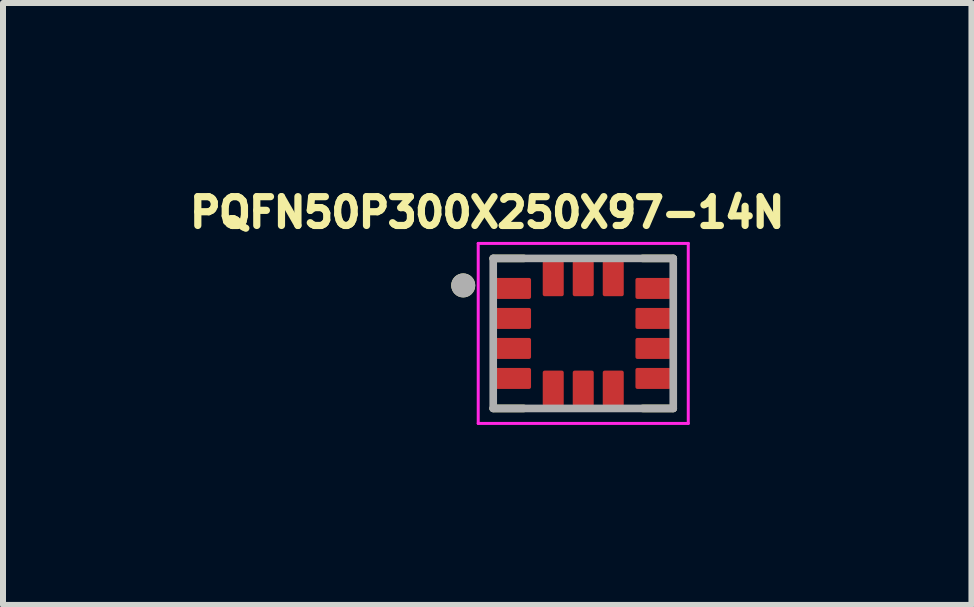
<source format=kicad_pcb>
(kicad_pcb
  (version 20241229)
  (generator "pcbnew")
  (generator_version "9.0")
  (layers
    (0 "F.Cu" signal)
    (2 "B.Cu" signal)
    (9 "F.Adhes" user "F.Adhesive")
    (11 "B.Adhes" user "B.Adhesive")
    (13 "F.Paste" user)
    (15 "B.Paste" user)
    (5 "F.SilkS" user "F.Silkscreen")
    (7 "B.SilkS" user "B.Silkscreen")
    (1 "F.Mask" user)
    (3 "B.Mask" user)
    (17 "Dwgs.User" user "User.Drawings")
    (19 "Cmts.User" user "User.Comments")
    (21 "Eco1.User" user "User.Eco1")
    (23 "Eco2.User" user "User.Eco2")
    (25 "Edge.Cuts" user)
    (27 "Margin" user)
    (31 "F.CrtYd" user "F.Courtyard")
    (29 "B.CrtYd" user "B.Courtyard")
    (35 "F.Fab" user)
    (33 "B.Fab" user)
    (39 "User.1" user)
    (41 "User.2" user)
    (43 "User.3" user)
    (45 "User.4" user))
  (footprint "PQFN50P300X250X97-14N"
    (layer "F.Cu")
    (at 6.669 2.506)
    (property "Reference" "PQFN50P300X250X97-14N" (at -1.6 -2.015 180) (layer "F.SilkS") (effects (font (size 0.48 0.48) (thickness 0.15))))
    (attr smd)
    (fp_poly (pts (xy -0.82 -0.85) (xy -0.82 -0.65) (xy -0.82 -0.643) (xy -0.821 -0.637) (xy -0.822 -0.63) (xy -0.823 -0.624) (xy -0.824 -0.618) (xy -0.826 -0.611) (xy -0.828 -0.605) (xy -0.831 -0.599) (xy -0.834 -0.593) (xy -0.837 -0.588) (xy -0.84 -0.582) (xy -0.844 -0.577) (xy -0.848 -0.571) (xy -0.852 -0.566) (xy -0.857 -0.562) (xy -0.861 -0.557) (xy -0.866 -0.553) (xy -0.872 -0.549) (xy -0.877 -0.545) (xy -0.882 -0.542) (xy -0.888 -0.539) (xy -0.894 -0.536) (xy -0.9 -0.533) (xy -0.906 -0.531) (xy -0.913 -0.529) (xy -0.919 -0.528) (xy -0.925 -0.527) (xy -0.932 -0.526) (xy -0.938 -0.525) (xy -0.945 -0.525) (xy -1.385 -0.525) (xy -1.392 -0.525) (xy -1.398 -0.526) (xy -1.405 -0.527) (xy -1.411 -0.528) (xy -1.417 -0.529) (xy -1.424 -0.531) (xy -1.43 -0.533) (xy -1.436 -0.536) (xy -1.442 -0.539) (xy -1.448 -0.542) (xy -1.453 -0.545) (xy -1.458 -0.549) (xy -1.464 -0.553) (xy -1.469 -0.557) (xy -1.473 -0.562) (xy -1.478 -0.566) (xy -1.482 -0.571) (xy -1.486 -0.577) (xy -1.49 -0.582) (xy -1.493 -0.588) (xy -1.496 -0.593) (xy -1.499 -0.599) (xy -1.502 -0.605) (xy -1.504 -0.611) (xy -1.506 -0.618) (xy -1.507 -0.624) (xy -1.508 -0.63) (xy -1.509 -0.637) (xy -1.51 -0.643) (xy -1.51 -0.65) (xy -1.51 -0.85) (xy -1.51 -0.857) (xy -1.509 -0.863) (xy -1.508 -0.87) (xy -1.507 -0.876) (xy -1.506 -0.882) (xy -1.504 -0.889) (xy -1.502 -0.895) (xy -1.499 -0.901) (xy -1.496 -0.907) (xy -1.493 -0.912) (xy -1.49 -0.918) (xy -1.486 -0.923) (xy -1.482 -0.929) (xy -1.478 -0.934) (xy -1.473 -0.938) (xy -1.469 -0.943) (xy -1.464 -0.947) (xy -1.458 -0.951) (xy -1.453 -0.955) (xy -1.448 -0.958) (xy -1.442 -0.961) (xy -1.436 -0.964) (xy -1.43 -0.967) (xy -1.424 -0.969) (xy -1.417 -0.971) (xy -1.411 -0.972) (xy -1.405 -0.973) (xy -1.398 -0.974) (xy -1.392 -0.975) (xy -1.385 -0.975) (xy -0.945 -0.975) (xy -0.938 -0.975) (xy -0.932 -0.974) (xy -0.925 -0.973) (xy -0.919 -0.972) (xy -0.913 -0.971) (xy -0.906 -0.969) (xy -0.9 -0.967) (xy -0.894 -0.964) (xy -0.888 -0.961) (xy -0.882 -0.958) (xy -0.877 -0.955) (xy -0.872 -0.951) (xy -0.866 -0.947) (xy -0.861 -0.943) (xy -0.857 -0.938) (xy -0.852 -0.934) (xy -0.848 -0.929) (xy -0.844 -0.923) (xy -0.84 -0.918) (xy -0.837 -0.912) (xy -0.834 -0.907) (xy -0.831 -0.901) (xy -0.828 -0.895) (xy -0.826 -0.889) (xy -0.824 -0.882) (xy -0.823 -0.876) (xy -0.822 -0.87) (xy -0.821 -0.863) (xy -0.82 -0.857) (xy -0.82 -0.85)) (stroke (width 0.01) (type solid)) (fill yes) (layer "F.Mask"))
    (fp_poly (pts (xy -0.82 -0.35) (xy -0.82 -0.15) (xy -0.82 -0.143) (xy -0.821 -0.137) (xy -0.822 -0.13) (xy -0.823 -0.124) (xy -0.824 -0.118) (xy -0.826 -0.111) (xy -0.828 -0.105) (xy -0.831 -0.099) (xy -0.834 -0.093) (xy -0.837 -0.088) (xy -0.84 -0.082) (xy -0.844 -0.077) (xy -0.848 -0.071) (xy -0.852 -0.066) (xy -0.857 -0.062) (xy -0.861 -0.057) (xy -0.866 -0.053) (xy -0.872 -0.049) (xy -0.877 -0.045) (xy -0.882 -0.042) (xy -0.888 -0.039) (xy -0.894 -0.036) (xy -0.9 -0.033) (xy -0.906 -0.031) (xy -0.913 -0.029) (xy -0.919 -0.028) (xy -0.925 -0.027) (xy -0.932 -0.026) (xy -0.938 -0.025) (xy -0.945 -0.025) (xy -1.385 -0.025) (xy -1.392 -0.025) (xy -1.398 -0.026) (xy -1.405 -0.027) (xy -1.411 -0.028) (xy -1.417 -0.029) (xy -1.424 -0.031) (xy -1.43 -0.033) (xy -1.436 -0.036) (xy -1.442 -0.039) (xy -1.448 -0.042) (xy -1.453 -0.045) (xy -1.458 -0.049) (xy -1.464 -0.053) (xy -1.469 -0.057) (xy -1.473 -0.062) (xy -1.478 -0.066) (xy -1.482 -0.071) (xy -1.486 -0.077) (xy -1.49 -0.082) (xy -1.493 -0.088) (xy -1.496 -0.093) (xy -1.499 -0.099) (xy -1.502 -0.105) (xy -1.504 -0.111) (xy -1.506 -0.118) (xy -1.507 -0.124) (xy -1.508 -0.13) (xy -1.509 -0.137) (xy -1.51 -0.143) (xy -1.51 -0.15) (xy -1.51 -0.35) (xy -1.51 -0.357) (xy -1.509 -0.363) (xy -1.508 -0.37) (xy -1.507 -0.376) (xy -1.506 -0.382) (xy -1.504 -0.389) (xy -1.502 -0.395) (xy -1.499 -0.401) (xy -1.496 -0.407) (xy -1.493 -0.412) (xy -1.49 -0.418) (xy -1.486 -0.423) (xy -1.482 -0.429) (xy -1.478 -0.434) (xy -1.473 -0.438) (xy -1.469 -0.443) (xy -1.464 -0.447) (xy -1.458 -0.451) (xy -1.453 -0.455) (xy -1.448 -0.458) (xy -1.442 -0.461) (xy -1.436 -0.464) (xy -1.43 -0.467) (xy -1.424 -0.469) (xy -1.417 -0.471) (xy -1.411 -0.472) (xy -1.405 -0.473) (xy -1.398 -0.474) (xy -1.392 -0.475) (xy -1.385 -0.475) (xy -0.945 -0.475) (xy -0.938 -0.475) (xy -0.932 -0.474) (xy -0.925 -0.473) (xy -0.919 -0.472) (xy -0.913 -0.471) (xy -0.906 -0.469) (xy -0.9 -0.467) (xy -0.894 -0.464) (xy -0.888 -0.461) (xy -0.882 -0.458) (xy -0.877 -0.455) (xy -0.872 -0.451) (xy -0.866 -0.447) (xy -0.861 -0.443) (xy -0.857 -0.438) (xy -0.852 -0.434) (xy -0.848 -0.429) (xy -0.844 -0.423) (xy -0.84 -0.418) (xy -0.837 -0.412) (xy -0.834 -0.407) (xy -0.831 -0.401) (xy -0.828 -0.395) (xy -0.826 -0.389) (xy -0.824 -0.382) (xy -0.823 -0.376) (xy -0.822 -0.37) (xy -0.821 -0.363) (xy -0.82 -0.357) (xy -0.82 -0.35)) (stroke (width 0.01) (type solid)) (fill yes) (layer "F.Mask"))
    (fp_poly (pts (xy -0.82 0.15) (xy -0.82 0.35) (xy -0.82 0.357) (xy -0.821 0.363) (xy -0.822 0.37) (xy -0.823 0.376) (xy -0.824 0.382) (xy -0.826 0.389) (xy -0.828 0.395) (xy -0.831 0.401) (xy -0.834 0.407) (xy -0.837 0.412) (xy -0.84 0.418) (xy -0.844 0.423) (xy -0.848 0.429) (xy -0.852 0.434) (xy -0.857 0.438) (xy -0.861 0.443) (xy -0.866 0.447) (xy -0.872 0.451) (xy -0.877 0.455) (xy -0.882 0.458) (xy -0.888 0.461) (xy -0.894 0.464) (xy -0.9 0.467) (xy -0.906 0.469) (xy -0.913 0.471) (xy -0.919 0.472) (xy -0.925 0.473) (xy -0.932 0.474) (xy -0.938 0.475) (xy -0.945 0.475) (xy -1.385 0.475) (xy -1.392 0.475) (xy -1.398 0.474) (xy -1.405 0.473) (xy -1.411 0.472) (xy -1.417 0.471) (xy -1.424 0.469) (xy -1.43 0.467) (xy -1.436 0.464) (xy -1.442 0.461) (xy -1.448 0.458) (xy -1.453 0.455) (xy -1.458 0.451) (xy -1.464 0.447) (xy -1.469 0.443) (xy -1.473 0.438) (xy -1.478 0.434) (xy -1.482 0.429) (xy -1.486 0.423) (xy -1.49 0.418) (xy -1.493 0.412) (xy -1.496 0.407) (xy -1.499 0.401) (xy -1.502 0.395) (xy -1.504 0.389) (xy -1.506 0.382) (xy -1.507 0.376) (xy -1.508 0.37) (xy -1.509 0.363) (xy -1.51 0.357) (xy -1.51 0.35) (xy -1.51 0.15) (xy -1.51 0.143) (xy -1.509 0.137) (xy -1.508 0.13) (xy -1.507 0.124) (xy -1.506 0.118) (xy -1.504 0.111) (xy -1.502 0.105) (xy -1.499 0.099) (xy -1.496 0.093) (xy -1.493 0.088) (xy -1.49 0.082) (xy -1.486 0.077) (xy -1.482 0.071) (xy -1.478 0.066) (xy -1.473 0.062) (xy -1.469 0.057) (xy -1.464 0.053) (xy -1.458 0.049) (xy -1.453 0.045) (xy -1.448 0.042) (xy -1.442 0.039) (xy -1.436 0.036) (xy -1.43 0.033) (xy -1.424 0.031) (xy -1.417 0.029) (xy -1.411 0.028) (xy -1.405 0.027) (xy -1.398 0.026) (xy -1.392 0.025) (xy -1.385 0.025) (xy -0.945 0.025) (xy -0.938 0.025) (xy -0.932 0.026) (xy -0.925 0.027) (xy -0.919 0.028) (xy -0.913 0.029) (xy -0.906 0.031) (xy -0.9 0.033) (xy -0.894 0.036) (xy -0.888 0.039) (xy -0.882 0.042) (xy -0.877 0.045) (xy -0.872 0.049) (xy -0.866 0.053) (xy -0.861 0.057) (xy -0.857 0.062) (xy -0.852 0.066) (xy -0.848 0.071) (xy -0.844 0.077) (xy -0.84 0.082) (xy -0.837 0.088) (xy -0.834 0.093) (xy -0.831 0.099) (xy -0.828 0.105) (xy -0.826 0.111) (xy -0.824 0.118) (xy -0.823 0.124) (xy -0.822 0.13) (xy -0.821 0.137) (xy -0.82 0.143) (xy -0.82 0.15)) (stroke (width 0.01) (type solid)) (fill yes) (layer "F.Mask"))
    (fp_poly (pts (xy -0.82 0.65) (xy -0.82 0.85) (xy -0.82 0.857) (xy -0.821 0.863) (xy -0.822 0.87) (xy -0.823 0.876) (xy -0.824 0.882) (xy -0.826 0.889) (xy -0.828 0.895) (xy -0.831 0.901) (xy -0.834 0.907) (xy -0.837 0.912) (xy -0.84 0.918) (xy -0.844 0.923) (xy -0.848 0.929) (xy -0.852 0.934) (xy -0.857 0.938) (xy -0.861 0.943) (xy -0.866 0.947) (xy -0.872 0.951) (xy -0.877 0.955) (xy -0.882 0.958) (xy -0.888 0.961) (xy -0.894 0.964) (xy -0.9 0.967) (xy -0.906 0.969) (xy -0.913 0.971) (xy -0.919 0.972) (xy -0.925 0.973) (xy -0.932 0.974) (xy -0.938 0.975) (xy -0.945 0.975) (xy -1.385 0.975) (xy -1.392 0.975) (xy -1.398 0.974) (xy -1.405 0.973) (xy -1.411 0.972) (xy -1.417 0.971) (xy -1.424 0.969) (xy -1.43 0.967) (xy -1.436 0.964) (xy -1.442 0.961) (xy -1.448 0.958) (xy -1.453 0.955) (xy -1.458 0.951) (xy -1.464 0.947) (xy -1.469 0.943) (xy -1.473 0.938) (xy -1.478 0.934) (xy -1.482 0.929) (xy -1.486 0.923) (xy -1.49 0.918) (xy -1.493 0.912) (xy -1.496 0.907) (xy -1.499 0.901) (xy -1.502 0.895) (xy -1.504 0.889) (xy -1.506 0.882) (xy -1.507 0.876) (xy -1.508 0.87) (xy -1.509 0.863) (xy -1.51 0.857) (xy -1.51 0.85) (xy -1.51 0.65) (xy -1.51 0.643) (xy -1.509 0.637) (xy -1.508 0.63) (xy -1.507 0.624) (xy -1.506 0.618) (xy -1.504 0.611) (xy -1.502 0.605) (xy -1.499 0.599) (xy -1.496 0.593) (xy -1.493 0.588) (xy -1.49 0.582) (xy -1.486 0.577) (xy -1.482 0.571) (xy -1.478 0.566) (xy -1.473 0.562) (xy -1.469 0.557) (xy -1.464 0.553) (xy -1.458 0.549) (xy -1.453 0.545) (xy -1.448 0.542) (xy -1.442 0.539) (xy -1.436 0.536) (xy -1.43 0.533) (xy -1.424 0.531) (xy -1.417 0.529) (xy -1.411 0.528) (xy -1.405 0.527) (xy -1.398 0.526) (xy -1.392 0.525) (xy -1.385 0.525) (xy -0.945 0.525) (xy -0.938 0.525) (xy -0.932 0.526) (xy -0.925 0.527) (xy -0.919 0.528) (xy -0.913 0.529) (xy -0.906 0.531) (xy -0.9 0.533) (xy -0.894 0.536) (xy -0.888 0.539) (xy -0.882 0.542) (xy -0.877 0.545) (xy -0.872 0.549) (xy -0.866 0.553) (xy -0.861 0.557) (xy -0.857 0.562) (xy -0.852 0.566) (xy -0.848 0.571) (xy -0.844 0.577) (xy -0.84 0.582) (xy -0.837 0.588) (xy -0.834 0.593) (xy -0.831 0.599) (xy -0.828 0.605) (xy -0.826 0.611) (xy -0.824 0.618) (xy -0.823 0.624) (xy -0.822 0.63) (xy -0.821 0.637) (xy -0.82 0.643) (xy -0.82 0.65)) (stroke (width 0.01) (type solid)) (fill yes) (layer "F.Mask"))
    (fp_poly (pts (xy -0.6 -1.26) (xy -0.4 -1.26) (xy -0.393 -1.26) (xy -0.387 -1.259) (xy -0.38 -1.258) (xy -0.374 -1.257) (xy -0.368 -1.256) (xy -0.361 -1.254) (xy -0.355 -1.252) (xy -0.349 -1.249) (xy -0.343 -1.246) (xy -0.338 -1.243) (xy -0.332 -1.24) (xy -0.327 -1.236) (xy -0.321 -1.232) (xy -0.316 -1.228) (xy -0.312 -1.223) (xy -0.307 -1.219) (xy -0.303 -1.214) (xy -0.299 -1.208) (xy -0.295 -1.203) (xy -0.292 -1.198) (xy -0.289 -1.192) (xy -0.286 -1.186) (xy -0.283 -1.18) (xy -0.281 -1.174) (xy -0.279 -1.167) (xy -0.278 -1.161) (xy -0.277 -1.155) (xy -0.276 -1.148) (xy -0.275 -1.142) (xy -0.275 -1.135) (xy -0.275 -0.695) (xy -0.275 -0.688) (xy -0.276 -0.682) (xy -0.277 -0.675) (xy -0.278 -0.669) (xy -0.279 -0.663) (xy -0.281 -0.656) (xy -0.283 -0.65) (xy -0.286 -0.644) (xy -0.289 -0.638) (xy -0.292 -0.632) (xy -0.295 -0.627) (xy -0.299 -0.622) (xy -0.303 -0.616) (xy -0.307 -0.611) (xy -0.312 -0.607) (xy -0.316 -0.602) (xy -0.321 -0.598) (xy -0.327 -0.594) (xy -0.332 -0.59) (xy -0.338 -0.587) (xy -0.343 -0.584) (xy -0.349 -0.581) (xy -0.355 -0.578) (xy -0.361 -0.576) (xy -0.368 -0.574) (xy -0.374 -0.573) (xy -0.38 -0.572) (xy -0.387 -0.571) (xy -0.393 -0.57) (xy -0.4 -0.57) (xy -0.6 -0.57) (xy -0.607 -0.57) (xy -0.613 -0.571) (xy -0.62 -0.572) (xy -0.626 -0.573) (xy -0.632 -0.574) (xy -0.639 -0.576) (xy -0.645 -0.578) (xy -0.651 -0.581) (xy -0.657 -0.584) (xy -0.663 -0.587) (xy -0.668 -0.59) (xy -0.673 -0.594) (xy -0.679 -0.598) (xy -0.684 -0.602) (xy -0.688 -0.607) (xy -0.693 -0.611) (xy -0.697 -0.616) (xy -0.701 -0.622) (xy -0.705 -0.627) (xy -0.708 -0.632) (xy -0.711 -0.638) (xy -0.714 -0.644) (xy -0.717 -0.65) (xy -0.719 -0.656) (xy -0.721 -0.663) (xy -0.722 -0.669) (xy -0.723 -0.675) (xy -0.724 -0.682) (xy -0.725 -0.688) (xy -0.725 -0.695) (xy -0.725 -1.135) (xy -0.725 -1.142) (xy -0.724 -1.148) (xy -0.723 -1.155) (xy -0.722 -1.161) (xy -0.721 -1.167) (xy -0.719 -1.174) (xy -0.717 -1.18) (xy -0.714 -1.186) (xy -0.711 -1.192) (xy -0.708 -1.198) (xy -0.705 -1.203) (xy -0.701 -1.208) (xy -0.697 -1.214) (xy -0.693 -1.219) (xy -0.688 -1.223) (xy -0.684 -1.228) (xy -0.679 -1.232) (xy -0.673 -1.236) (xy -0.668 -1.24) (xy -0.662 -1.243) (xy -0.657 -1.246) (xy -0.651 -1.249) (xy -0.645 -1.252) (xy -0.639 -1.254) (xy -0.632 -1.256) (xy -0.626 -1.257) (xy -0.62 -1.258) (xy -0.613 -1.259) (xy -0.607 -1.26) (xy -0.6 -1.26)) (stroke (width 0.01) (type solid)) (fill yes) (layer "F.Mask"))
    (fp_poly (pts (xy -0.6 0.57) (xy -0.4 0.57) (xy -0.393 0.57) (xy -0.387 0.571) (xy -0.38 0.572) (xy -0.374 0.573) (xy -0.368 0.574) (xy -0.361 0.576) (xy -0.355 0.578) (xy -0.349 0.581) (xy -0.343 0.584) (xy -0.338 0.587) (xy -0.332 0.59) (xy -0.327 0.594) (xy -0.321 0.598) (xy -0.316 0.602) (xy -0.312 0.607) (xy -0.307 0.611) (xy -0.303 0.616) (xy -0.299 0.622) (xy -0.295 0.627) (xy -0.292 0.632) (xy -0.289 0.638) (xy -0.286 0.644) (xy -0.283 0.65) (xy -0.281 0.656) (xy -0.279 0.663) (xy -0.278 0.669) (xy -0.277 0.675) (xy -0.276 0.682) (xy -0.275 0.688) (xy -0.275 0.695) (xy -0.275 1.135) (xy -0.275 1.142) (xy -0.276 1.148) (xy -0.277 1.155) (xy -0.278 1.161) (xy -0.279 1.167) (xy -0.281 1.174) (xy -0.283 1.18) (xy -0.286 1.186) (xy -0.289 1.192) (xy -0.292 1.198) (xy -0.295 1.203) (xy -0.299 1.208) (xy -0.303 1.214) (xy -0.307 1.219) (xy -0.312 1.223) (xy -0.316 1.228) (xy -0.321 1.232) (xy -0.327 1.236) (xy -0.332 1.24) (xy -0.338 1.243) (xy -0.343 1.246) (xy -0.349 1.249) (xy -0.355 1.252) (xy -0.361 1.254) (xy -0.368 1.256) (xy -0.374 1.257) (xy -0.38 1.258) (xy -0.387 1.259) (xy -0.393 1.26) (xy -0.4 1.26) (xy -0.6 1.26) (xy -0.607 1.26) (xy -0.613 1.259) (xy -0.62 1.258) (xy -0.626 1.257) (xy -0.632 1.256) (xy -0.639 1.254) (xy -0.645 1.252) (xy -0.651 1.249) (xy -0.657 1.246) (xy -0.663 1.243) (xy -0.668 1.24) (xy -0.673 1.236) (xy -0.679 1.232) (xy -0.684 1.228) (xy -0.688 1.223) (xy -0.693 1.219) (xy -0.697 1.214) (xy -0.701 1.208) (xy -0.705 1.203) (xy -0.708 1.198) (xy -0.711 1.192) (xy -0.714 1.186) (xy -0.717 1.18) (xy -0.719 1.174) (xy -0.721 1.167) (xy -0.722 1.161) (xy -0.723 1.155) (xy -0.724 1.148) (xy -0.725 1.142) (xy -0.725 1.135) (xy -0.725 0.695) (xy -0.725 0.688) (xy -0.724 0.682) (xy -0.723 0.675) (xy -0.722 0.669) (xy -0.721 0.663) (xy -0.719 0.656) (xy -0.717 0.65) (xy -0.714 0.644) (xy -0.711 0.638) (xy -0.708 0.632) (xy -0.705 0.627) (xy -0.701 0.622) (xy -0.697 0.616) (xy -0.693 0.611) (xy -0.688 0.607) (xy -0.684 0.602) (xy -0.679 0.598) (xy -0.673 0.594) (xy -0.668 0.59) (xy -0.662 0.587) (xy -0.657 0.584) (xy -0.651 0.581) (xy -0.645 0.578) (xy -0.639 0.576) (xy -0.632 0.574) (xy -0.626 0.573) (xy -0.62 0.572) (xy -0.613 0.571) (xy -0.607 0.57) (xy -0.6 0.57)) (stroke (width 0.01) (type solid)) (fill yes) (layer "F.Mask"))
    (fp_poly (pts (xy -0.1 -1.26) (xy 0.1 -1.26) (xy 0.107 -1.26) (xy 0.113 -1.259) (xy 0.12 -1.258) (xy 0.126 -1.257) (xy 0.132 -1.256) (xy 0.139 -1.254) (xy 0.145 -1.252) (xy 0.151 -1.249) (xy 0.157 -1.246) (xy 0.163 -1.243) (xy 0.168 -1.24) (xy 0.173 -1.236) (xy 0.179 -1.232) (xy 0.184 -1.228) (xy 0.188 -1.223) (xy 0.193 -1.219) (xy 0.197 -1.214) (xy 0.201 -1.208) (xy 0.205 -1.203) (xy 0.208 -1.198) (xy 0.211 -1.192) (xy 0.214 -1.186) (xy 0.217 -1.18) (xy 0.219 -1.174) (xy 0.221 -1.167) (xy 0.222 -1.161) (xy 0.223 -1.155) (xy 0.224 -1.148) (xy 0.225 -1.142) (xy 0.225 -1.135) (xy 0.225 -0.695) (xy 0.225 -0.688) (xy 0.224 -0.682) (xy 0.223 -0.675) (xy 0.222 -0.669) (xy 0.221 -0.663) (xy 0.219 -0.656) (xy 0.217 -0.65) (xy 0.214 -0.644) (xy 0.211 -0.638) (xy 0.208 -0.632) (xy 0.205 -0.627) (xy 0.201 -0.622) (xy 0.197 -0.616) (xy 0.193 -0.611) (xy 0.188 -0.607) (xy 0.184 -0.602) (xy 0.179 -0.598) (xy 0.173 -0.594) (xy 0.168 -0.59) (xy 0.163 -0.587) (xy 0.157 -0.584) (xy 0.151 -0.581) (xy 0.145 -0.578) (xy 0.139 -0.576) (xy 0.132 -0.574) (xy 0.126 -0.573) (xy 0.12 -0.572) (xy 0.113 -0.571) (xy 0.107 -0.57) (xy 0.1 -0.57) (xy -0.1 -0.57) (xy -0.107 -0.57) (xy -0.113 -0.571) (xy -0.12 -0.572) (xy -0.126 -0.573) (xy -0.132 -0.574) (xy -0.139 -0.576) (xy -0.145 -0.578) (xy -0.151 -0.581) (xy -0.157 -0.584) (xy -0.163 -0.587) (xy -0.168 -0.59) (xy -0.173 -0.594) (xy -0.179 -0.598) (xy -0.184 -0.602) (xy -0.188 -0.607) (xy -0.193 -0.611) (xy -0.197 -0.616) (xy -0.201 -0.622) (xy -0.205 -0.627) (xy -0.208 -0.632) (xy -0.211 -0.638) (xy -0.214 -0.644) (xy -0.217 -0.65) (xy -0.219 -0.656) (xy -0.221 -0.663) (xy -0.222 -0.669) (xy -0.223 -0.675) (xy -0.224 -0.682) (xy -0.225 -0.688) (xy -0.225 -0.695) (xy -0.225 -1.135) (xy -0.225 -1.142) (xy -0.224 -1.148) (xy -0.223 -1.155) (xy -0.222 -1.161) (xy -0.221 -1.167) (xy -0.219 -1.174) (xy -0.217 -1.18) (xy -0.214 -1.186) (xy -0.211 -1.192) (xy -0.208 -1.198) (xy -0.205 -1.203) (xy -0.201 -1.208) (xy -0.197 -1.214) (xy -0.193 -1.219) (xy -0.188 -1.223) (xy -0.184 -1.228) (xy -0.179 -1.232) (xy -0.173 -1.236) (xy -0.168 -1.24) (xy -0.162 -1.243) (xy -0.157 -1.246) (xy -0.151 -1.249) (xy -0.145 -1.252) (xy -0.139 -1.254) (xy -0.132 -1.256) (xy -0.126 -1.257) (xy -0.12 -1.258) (xy -0.113 -1.259) (xy -0.107 -1.26) (xy -0.1 -1.26)) (stroke (width 0.01) (type solid)) (fill yes) (layer "F.Mask"))
    (fp_poly (pts (xy -0.1 0.57) (xy 0.1 0.57) (xy 0.107 0.57) (xy 0.113 0.571) (xy 0.12 0.572) (xy 0.126 0.573) (xy 0.132 0.574) (xy 0.139 0.576) (xy 0.145 0.578) (xy 0.151 0.581) (xy 0.157 0.584) (xy 0.163 0.587) (xy 0.168 0.59) (xy 0.173 0.594) (xy 0.179 0.598) (xy 0.184 0.602) (xy 0.188 0.607) (xy 0.193 0.611) (xy 0.197 0.616) (xy 0.201 0.622) (xy 0.205 0.627) (xy 0.208 0.632) (xy 0.211 0.638) (xy 0.214 0.644) (xy 0.217 0.65) (xy 0.219 0.656) (xy 0.221 0.663) (xy 0.222 0.669) (xy 0.223 0.675) (xy 0.224 0.682) (xy 0.225 0.688) (xy 0.225 0.695) (xy 0.225 1.135) (xy 0.225 1.142) (xy 0.224 1.148) (xy 0.223 1.155) (xy 0.222 1.161) (xy 0.221 1.167) (xy 0.219 1.174) (xy 0.217 1.18) (xy 0.214 1.186) (xy 0.211 1.192) (xy 0.208 1.198) (xy 0.205 1.203) (xy 0.201 1.208) (xy 0.197 1.214) (xy 0.193 1.219) (xy 0.188 1.223) (xy 0.184 1.228) (xy 0.179 1.232) (xy 0.173 1.236) (xy 0.168 1.24) (xy 0.163 1.243) (xy 0.157 1.246) (xy 0.151 1.249) (xy 0.145 1.252) (xy 0.139 1.254) (xy 0.132 1.256) (xy 0.126 1.257) (xy 0.12 1.258) (xy 0.113 1.259) (xy 0.107 1.26) (xy 0.1 1.26) (xy -0.1 1.26) (xy -0.107 1.26) (xy -0.113 1.259) (xy -0.12 1.258) (xy -0.126 1.257) (xy -0.132 1.256) (xy -0.139 1.254) (xy -0.145 1.252) (xy -0.151 1.249) (xy -0.157 1.246) (xy -0.163 1.243) (xy -0.168 1.24) (xy -0.173 1.236) (xy -0.179 1.232) (xy -0.184 1.228) (xy -0.188 1.223) (xy -0.193 1.219) (xy -0.197 1.214) (xy -0.201 1.208) (xy -0.205 1.203) (xy -0.208 1.198) (xy -0.211 1.192) (xy -0.214 1.186) (xy -0.217 1.18) (xy -0.219 1.174) (xy -0.221 1.167) (xy -0.222 1.161) (xy -0.223 1.155) (xy -0.224 1.148) (xy -0.225 1.142) (xy -0.225 1.135) (xy -0.225 0.695) (xy -0.225 0.688) (xy -0.224 0.682) (xy -0.223 0.675) (xy -0.222 0.669) (xy -0.221 0.663) (xy -0.219 0.656) (xy -0.217 0.65) (xy -0.214 0.644) (xy -0.211 0.638) (xy -0.208 0.632) (xy -0.205 0.627) (xy -0.201 0.622) (xy -0.197 0.616) (xy -0.193 0.611) (xy -0.188 0.607) (xy -0.184 0.602) (xy -0.179 0.598) (xy -0.173 0.594) (xy -0.168 0.59) (xy -0.162 0.587) (xy -0.157 0.584) (xy -0.151 0.581) (xy -0.145 0.578) (xy -0.139 0.576) (xy -0.132 0.574) (xy -0.126 0.573) (xy -0.12 0.572) (xy -0.113 0.571) (xy -0.107 0.57) (xy -0.1 0.57)) (stroke (width 0.01) (type solid)) (fill yes) (layer "F.Mask"))
    (fp_poly (pts (xy 0.4 -1.26) (xy 0.6 -1.26) (xy 0.607 -1.26) (xy 0.613 -1.259) (xy 0.62 -1.258) (xy 0.626 -1.257) (xy 0.632 -1.256) (xy 0.639 -1.254) (xy 0.645 -1.252) (xy 0.651 -1.249) (xy 0.657 -1.246) (xy 0.662 -1.243) (xy 0.668 -1.24) (xy 0.673 -1.236) (xy 0.679 -1.232) (xy 0.684 -1.228) (xy 0.688 -1.223) (xy 0.693 -1.219) (xy 0.697 -1.214) (xy 0.701 -1.208) (xy 0.705 -1.203) (xy 0.708 -1.198) (xy 0.711 -1.192) (xy 0.714 -1.186) (xy 0.717 -1.18) (xy 0.719 -1.174) (xy 0.721 -1.167) (xy 0.722 -1.161) (xy 0.723 -1.155) (xy 0.724 -1.148) (xy 0.725 -1.142) (xy 0.725 -1.135) (xy 0.725 -0.695) (xy 0.725 -0.688) (xy 0.724 -0.682) (xy 0.723 -0.675) (xy 0.722 -0.669) (xy 0.721 -0.663) (xy 0.719 -0.656) (xy 0.717 -0.65) (xy 0.714 -0.644) (xy 0.711 -0.638) (xy 0.708 -0.632) (xy 0.705 -0.627) (xy 0.701 -0.622) (xy 0.697 -0.616) (xy 0.693 -0.611) (xy 0.688 -0.607) (xy 0.684 -0.602) (xy 0.679 -0.598) (xy 0.673 -0.594) (xy 0.668 -0.59) (xy 0.662 -0.587) (xy 0.657 -0.584) (xy 0.651 -0.581) (xy 0.645 -0.578) (xy 0.639 -0.576) (xy 0.632 -0.574) (xy 0.626 -0.573) (xy 0.62 -0.572) (xy 0.613 -0.571) (xy 0.607 -0.57) (xy 0.6 -0.57) (xy 0.4 -0.57) (xy 0.393 -0.57) (xy 0.387 -0.571) (xy 0.38 -0.572) (xy 0.374 -0.573) (xy 0.368 -0.574) (xy 0.361 -0.576) (xy 0.355 -0.578) (xy 0.349 -0.581) (xy 0.343 -0.584) (xy 0.337 -0.587) (xy 0.332 -0.59) (xy 0.327 -0.594) (xy 0.321 -0.598) (xy 0.316 -0.602) (xy 0.312 -0.607) (xy 0.307 -0.611) (xy 0.303 -0.616) (xy 0.299 -0.622) (xy 0.295 -0.627) (xy 0.292 -0.632) (xy 0.289 -0.638) (xy 0.286 -0.644) (xy 0.283 -0.65) (xy 0.281 -0.656) (xy 0.279 -0.663) (xy 0.278 -0.669) (xy 0.277 -0.675) (xy 0.276 -0.682) (xy 0.275 -0.688) (xy 0.275 -0.695) (xy 0.275 -1.135) (xy 0.275 -1.142) (xy 0.276 -1.148) (xy 0.277 -1.155) (xy 0.278 -1.161) (xy 0.279 -1.167) (xy 0.281 -1.174) (xy 0.283 -1.18) (xy 0.286 -1.186) (xy 0.289 -1.192) (xy 0.292 -1.198) (xy 0.295 -1.203) (xy 0.299 -1.208) (xy 0.303 -1.214) (xy 0.307 -1.219) (xy 0.312 -1.223) (xy 0.316 -1.228) (xy 0.321 -1.232) (xy 0.327 -1.236) (xy 0.332 -1.24) (xy 0.338 -1.243) (xy 0.343 -1.246) (xy 0.349 -1.249) (xy 0.355 -1.252) (xy 0.361 -1.254) (xy 0.368 -1.256) (xy 0.374 -1.257) (xy 0.38 -1.258) (xy 0.387 -1.259) (xy 0.393 -1.26) (xy 0.4 -1.26)) (stroke (width 0.01) (type solid)) (fill yes) (layer "F.Mask"))
    (fp_poly (pts (xy 0.4 0.57) (xy 0.6 0.57) (xy 0.607 0.57) (xy 0.613 0.571) (xy 0.62 0.572) (xy 0.626 0.573) (xy 0.632 0.574) (xy 0.639 0.576) (xy 0.645 0.578) (xy 0.651 0.581) (xy 0.657 0.584) (xy 0.662 0.587) (xy 0.668 0.59) (xy 0.673 0.594) (xy 0.679 0.598) (xy 0.684 0.602) (xy 0.688 0.607) (xy 0.693 0.611) (xy 0.697 0.616) (xy 0.701 0.622) (xy 0.705 0.627) (xy 0.708 0.632) (xy 0.711 0.638) (xy 0.714 0.644) (xy 0.717 0.65) (xy 0.719 0.656) (xy 0.721 0.663) (xy 0.722 0.669) (xy 0.723 0.675) (xy 0.724 0.682) (xy 0.725 0.688) (xy 0.725 0.695) (xy 0.725 1.135) (xy 0.725 1.142) (xy 0.724 1.148) (xy 0.723 1.155) (xy 0.722 1.161) (xy 0.721 1.167) (xy 0.719 1.174) (xy 0.717 1.18) (xy 0.714 1.186) (xy 0.711 1.192) (xy 0.708 1.198) (xy 0.705 1.203) (xy 0.701 1.208) (xy 0.697 1.214) (xy 0.693 1.219) (xy 0.688 1.223) (xy 0.684 1.228) (xy 0.679 1.232) (xy 0.673 1.236) (xy 0.668 1.24) (xy 0.662 1.243) (xy 0.657 1.246) (xy 0.651 1.249) (xy 0.645 1.252) (xy 0.639 1.254) (xy 0.632 1.256) (xy 0.626 1.257) (xy 0.62 1.258) (xy 0.613 1.259) (xy 0.607 1.26) (xy 0.6 1.26) (xy 0.4 1.26) (xy 0.393 1.26) (xy 0.387 1.259) (xy 0.38 1.258) (xy 0.374 1.257) (xy 0.368 1.256) (xy 0.361 1.254) (xy 0.355 1.252) (xy 0.349 1.249) (xy 0.343 1.246) (xy 0.337 1.243) (xy 0.332 1.24) (xy 0.327 1.236) (xy 0.321 1.232) (xy 0.316 1.228) (xy 0.312 1.223) (xy 0.307 1.219) (xy 0.303 1.214) (xy 0.299 1.208) (xy 0.295 1.203) (xy 0.292 1.198) (xy 0.289 1.192) (xy 0.286 1.186) (xy 0.283 1.18) (xy 0.281 1.174) (xy 0.279 1.167) (xy 0.278 1.161) (xy 0.277 1.155) (xy 0.276 1.148) (xy 0.275 1.142) (xy 0.275 1.135) (xy 0.275 0.695) (xy 0.275 0.688) (xy 0.276 0.682) (xy 0.277 0.675) (xy 0.278 0.669) (xy 0.279 0.663) (xy 0.281 0.656) (xy 0.283 0.65) (xy 0.286 0.644) (xy 0.289 0.638) (xy 0.292 0.632) (xy 0.295 0.627) (xy 0.299 0.622) (xy 0.303 0.616) (xy 0.307 0.611) (xy 0.312 0.607) (xy 0.316 0.602) (xy 0.321 0.598) (xy 0.327 0.594) (xy 0.332 0.59) (xy 0.338 0.587) (xy 0.343 0.584) (xy 0.349 0.581) (xy 0.355 0.578) (xy 0.361 0.576) (xy 0.368 0.574) (xy 0.374 0.573) (xy 0.38 0.572) (xy 0.387 0.571) (xy 0.393 0.57) (xy 0.4 0.57)) (stroke (width 0.01) (type solid)) (fill yes) (layer "F.Mask"))
    (fp_poly (pts (xy 1.51 -0.85) (xy 1.51 -0.65) (xy 1.51 -0.643) (xy 1.509 -0.637) (xy 1.508 -0.63) (xy 1.507 -0.624) (xy 1.506 -0.618) (xy 1.504 -0.611) (xy 1.502 -0.605) (xy 1.499 -0.599) (xy 1.496 -0.593) (xy 1.493 -0.588) (xy 1.49 -0.582) (xy 1.486 -0.577) (xy 1.482 -0.571) (xy 1.478 -0.566) (xy 1.473 -0.562) (xy 1.469 -0.557) (xy 1.464 -0.553) (xy 1.458 -0.549) (xy 1.453 -0.545) (xy 1.448 -0.542) (xy 1.442 -0.539) (xy 1.436 -0.536) (xy 1.43 -0.533) (xy 1.424 -0.531) (xy 1.417 -0.529) (xy 1.411 -0.528) (xy 1.405 -0.527) (xy 1.398 -0.526) (xy 1.392 -0.525) (xy 1.385 -0.525) (xy 0.945 -0.525) (xy 0.938 -0.525) (xy 0.932 -0.526) (xy 0.925 -0.527) (xy 0.919 -0.528) (xy 0.913 -0.529) (xy 0.906 -0.531) (xy 0.9 -0.533) (xy 0.894 -0.536) (xy 0.888 -0.539) (xy 0.882 -0.542) (xy 0.877 -0.545) (xy 0.872 -0.549) (xy 0.866 -0.553) (xy 0.861 -0.557) (xy 0.857 -0.562) (xy 0.852 -0.566) (xy 0.848 -0.571) (xy 0.844 -0.577) (xy 0.84 -0.582) (xy 0.837 -0.588) (xy 0.834 -0.593) (xy 0.831 -0.599) (xy 0.828 -0.605) (xy 0.826 -0.611) (xy 0.824 -0.618) (xy 0.823 -0.624) (xy 0.822 -0.63) (xy 0.821 -0.637) (xy 0.82 -0.643) (xy 0.82 -0.65) (xy 0.82 -0.85) (xy 0.82 -0.857) (xy 0.821 -0.863) (xy 0.822 -0.87) (xy 0.823 -0.876) (xy 0.824 -0.882) (xy 0.826 -0.889) (xy 0.828 -0.895) (xy 0.831 -0.901) (xy 0.834 -0.907) (xy 0.837 -0.912) (xy 0.84 -0.918) (xy 0.844 -0.923) (xy 0.848 -0.929) (xy 0.852 -0.934) (xy 0.857 -0.938) (xy 0.861 -0.943) (xy 0.866 -0.947) (xy 0.872 -0.951) (xy 0.877 -0.955) (xy 0.882 -0.958) (xy 0.888 -0.961) (xy 0.894 -0.964) (xy 0.9 -0.967) (xy 0.906 -0.969) (xy 0.913 -0.971) (xy 0.919 -0.972) (xy 0.925 -0.973) (xy 0.932 -0.974) (xy 0.938 -0.975) (xy 0.945 -0.975) (xy 1.385 -0.975) (xy 1.392 -0.975) (xy 1.398 -0.974) (xy 1.405 -0.973) (xy 1.411 -0.972) (xy 1.417 -0.971) (xy 1.424 -0.969) (xy 1.43 -0.967) (xy 1.436 -0.964) (xy 1.442 -0.961) (xy 1.448 -0.958) (xy 1.453 -0.955) (xy 1.458 -0.951) (xy 1.464 -0.947) (xy 1.469 -0.943) (xy 1.473 -0.938) (xy 1.478 -0.934) (xy 1.482 -0.929) (xy 1.486 -0.923) (xy 1.49 -0.918) (xy 1.493 -0.912) (xy 1.496 -0.907) (xy 1.499 -0.901) (xy 1.502 -0.895) (xy 1.504 -0.889) (xy 1.506 -0.882) (xy 1.507 -0.876) (xy 1.508 -0.87) (xy 1.509 -0.863) (xy 1.51 -0.857) (xy 1.51 -0.85)) (stroke (width 0.01) (type solid)) (fill yes) (layer "F.Mask"))
    (fp_poly (pts (xy 1.51 -0.35) (xy 1.51 -0.15) (xy 1.51 -0.143) (xy 1.509 -0.137) (xy 1.508 -0.13) (xy 1.507 -0.124) (xy 1.506 -0.118) (xy 1.504 -0.111) (xy 1.502 -0.105) (xy 1.499 -0.099) (xy 1.496 -0.093) (xy 1.493 -0.088) (xy 1.49 -0.082) (xy 1.486 -0.077) (xy 1.482 -0.071) (xy 1.478 -0.066) (xy 1.473 -0.062) (xy 1.469 -0.057) (xy 1.464 -0.053) (xy 1.458 -0.049) (xy 1.453 -0.045) (xy 1.448 -0.042) (xy 1.442 -0.039) (xy 1.436 -0.036) (xy 1.43 -0.033) (xy 1.424 -0.031) (xy 1.417 -0.029) (xy 1.411 -0.028) (xy 1.405 -0.027) (xy 1.398 -0.026) (xy 1.392 -0.025) (xy 1.385 -0.025) (xy 0.945 -0.025) (xy 0.938 -0.025) (xy 0.932 -0.026) (xy 0.925 -0.027) (xy 0.919 -0.028) (xy 0.913 -0.029) (xy 0.906 -0.031) (xy 0.9 -0.033) (xy 0.894 -0.036) (xy 0.888 -0.039) (xy 0.882 -0.042) (xy 0.877 -0.045) (xy 0.872 -0.049) (xy 0.866 -0.053) (xy 0.861 -0.057) (xy 0.857 -0.062) (xy 0.852 -0.066) (xy 0.848 -0.071) (xy 0.844 -0.077) (xy 0.84 -0.082) (xy 0.837 -0.088) (xy 0.834 -0.093) (xy 0.831 -0.099) (xy 0.828 -0.105) (xy 0.826 -0.111) (xy 0.824 -0.118) (xy 0.823 -0.124) (xy 0.822 -0.13) (xy 0.821 -0.137) (xy 0.82 -0.143) (xy 0.82 -0.15) (xy 0.82 -0.35) (xy 0.82 -0.357) (xy 0.821 -0.363) (xy 0.822 -0.37) (xy 0.823 -0.376) (xy 0.824 -0.382) (xy 0.826 -0.389) (xy 0.828 -0.395) (xy 0.831 -0.401) (xy 0.834 -0.407) (xy 0.837 -0.412) (xy 0.84 -0.418) (xy 0.844 -0.423) (xy 0.848 -0.429) (xy 0.852 -0.434) (xy 0.857 -0.438) (xy 0.861 -0.443) (xy 0.866 -0.447) (xy 0.872 -0.451) (xy 0.877 -0.455) (xy 0.882 -0.458) (xy 0.888 -0.461) (xy 0.894 -0.464) (xy 0.9 -0.467) (xy 0.906 -0.469) (xy 0.913 -0.471) (xy 0.919 -0.472) (xy 0.925 -0.473) (xy 0.932 -0.474) (xy 0.938 -0.475) (xy 0.945 -0.475) (xy 1.385 -0.475) (xy 1.392 -0.475) (xy 1.398 -0.474) (xy 1.405 -0.473) (xy 1.411 -0.472) (xy 1.417 -0.471) (xy 1.424 -0.469) (xy 1.43 -0.467) (xy 1.436 -0.464) (xy 1.442 -0.461) (xy 1.448 -0.458) (xy 1.453 -0.455) (xy 1.458 -0.451) (xy 1.464 -0.447) (xy 1.469 -0.443) (xy 1.473 -0.438) (xy 1.478 -0.434) (xy 1.482 -0.429) (xy 1.486 -0.423) (xy 1.49 -0.418) (xy 1.493 -0.412) (xy 1.496 -0.407) (xy 1.499 -0.401) (xy 1.502 -0.395) (xy 1.504 -0.389) (xy 1.506 -0.382) (xy 1.507 -0.376) (xy 1.508 -0.37) (xy 1.509 -0.363) (xy 1.51 -0.357) (xy 1.51 -0.35)) (stroke (width 0.01) (type solid)) (fill yes) (layer "F.Mask"))
    (fp_poly (pts (xy 1.51 0.15) (xy 1.51 0.35) (xy 1.51 0.357) (xy 1.509 0.363) (xy 1.508 0.37) (xy 1.507 0.376) (xy 1.506 0.382) (xy 1.504 0.389) (xy 1.502 0.395) (xy 1.499 0.401) (xy 1.496 0.407) (xy 1.493 0.412) (xy 1.49 0.418) (xy 1.486 0.423) (xy 1.482 0.429) (xy 1.478 0.434) (xy 1.473 0.438) (xy 1.469 0.443) (xy 1.464 0.447) (xy 1.458 0.451) (xy 1.453 0.455) (xy 1.448 0.458) (xy 1.442 0.461) (xy 1.436 0.464) (xy 1.43 0.467) (xy 1.424 0.469) (xy 1.417 0.471) (xy 1.411 0.472) (xy 1.405 0.473) (xy 1.398 0.474) (xy 1.392 0.475) (xy 1.385 0.475) (xy 0.945 0.475) (xy 0.938 0.475) (xy 0.932 0.474) (xy 0.925 0.473) (xy 0.919 0.472) (xy 0.913 0.471) (xy 0.906 0.469) (xy 0.9 0.467) (xy 0.894 0.464) (xy 0.888 0.461) (xy 0.882 0.458) (xy 0.877 0.455) (xy 0.872 0.451) (xy 0.866 0.447) (xy 0.861 0.443) (xy 0.857 0.438) (xy 0.852 0.434) (xy 0.848 0.429) (xy 0.844 0.423) (xy 0.84 0.418) (xy 0.837 0.412) (xy 0.834 0.407) (xy 0.831 0.401) (xy 0.828 0.395) (xy 0.826 0.389) (xy 0.824 0.382) (xy 0.823 0.376) (xy 0.822 0.37) (xy 0.821 0.363) (xy 0.82 0.357) (xy 0.82 0.35) (xy 0.82 0.15) (xy 0.82 0.143) (xy 0.821 0.137) (xy 0.822 0.13) (xy 0.823 0.124) (xy 0.824 0.118) (xy 0.826 0.111) (xy 0.828 0.105) (xy 0.831 0.099) (xy 0.834 0.093) (xy 0.837 0.088) (xy 0.84 0.082) (xy 0.844 0.077) (xy 0.848 0.071) (xy 0.852 0.066) (xy 0.857 0.062) (xy 0.861 0.057) (xy 0.866 0.053) (xy 0.872 0.049) (xy 0.877 0.045) (xy 0.882 0.042) (xy 0.888 0.039) (xy 0.894 0.036) (xy 0.9 0.033) (xy 0.906 0.031) (xy 0.913 0.029) (xy 0.919 0.028) (xy 0.925 0.027) (xy 0.932 0.026) (xy 0.938 0.025) (xy 0.945 0.025) (xy 1.385 0.025) (xy 1.392 0.025) (xy 1.398 0.026) (xy 1.405 0.027) (xy 1.411 0.028) (xy 1.417 0.029) (xy 1.424 0.031) (xy 1.43 0.033) (xy 1.436 0.036) (xy 1.442 0.039) (xy 1.448 0.042) (xy 1.453 0.045) (xy 1.458 0.049) (xy 1.464 0.053) (xy 1.469 0.057) (xy 1.473 0.062) (xy 1.478 0.066) (xy 1.482 0.071) (xy 1.486 0.077) (xy 1.49 0.082) (xy 1.493 0.088) (xy 1.496 0.093) (xy 1.499 0.099) (xy 1.502 0.105) (xy 1.504 0.111) (xy 1.506 0.118) (xy 1.507 0.124) (xy 1.508 0.13) (xy 1.509 0.137) (xy 1.51 0.143) (xy 1.51 0.15)) (stroke (width 0.01) (type solid)) (fill yes) (layer "F.Mask"))
    (fp_poly (pts (xy 1.51 0.65) (xy 1.51 0.85) (xy 1.51 0.857) (xy 1.509 0.863) (xy 1.508 0.87) (xy 1.507 0.876) (xy 1.506 0.882) (xy 1.504 0.889) (xy 1.502 0.895) (xy 1.499 0.901) (xy 1.496 0.907) (xy 1.493 0.912) (xy 1.49 0.918) (xy 1.486 0.923) (xy 1.482 0.929) (xy 1.478 0.934) (xy 1.473 0.938) (xy 1.469 0.943) (xy 1.464 0.947) (xy 1.458 0.951) (xy 1.453 0.955) (xy 1.448 0.958) (xy 1.442 0.961) (xy 1.436 0.964) (xy 1.43 0.967) (xy 1.424 0.969) (xy 1.417 0.971) (xy 1.411 0.972) (xy 1.405 0.973) (xy 1.398 0.974) (xy 1.392 0.975) (xy 1.385 0.975) (xy 0.945 0.975) (xy 0.938 0.975) (xy 0.932 0.974) (xy 0.925 0.973) (xy 0.919 0.972) (xy 0.913 0.971) (xy 0.906 0.969) (xy 0.9 0.967) (xy 0.894 0.964) (xy 0.888 0.961) (xy 0.882 0.958) (xy 0.877 0.955) (xy 0.872 0.951) (xy 0.866 0.947) (xy 0.861 0.943) (xy 0.857 0.938) (xy 0.852 0.934) (xy 0.848 0.929) (xy 0.844 0.923) (xy 0.84 0.918) (xy 0.837 0.912) (xy 0.834 0.907) (xy 0.831 0.901) (xy 0.828 0.895) (xy 0.826 0.889) (xy 0.824 0.882) (xy 0.823 0.876) (xy 0.822 0.87) (xy 0.821 0.863) (xy 0.82 0.857) (xy 0.82 0.85) (xy 0.82 0.65) (xy 0.82 0.643) (xy 0.821 0.637) (xy 0.822 0.63) (xy 0.823 0.624) (xy 0.824 0.618) (xy 0.826 0.611) (xy 0.828 0.605) (xy 0.831 0.599) (xy 0.834 0.593) (xy 0.837 0.588) (xy 0.84 0.582) (xy 0.844 0.577) (xy 0.848 0.571) (xy 0.852 0.566) (xy 0.857 0.562) (xy 0.861 0.557) (xy 0.866 0.553) (xy 0.872 0.549) (xy 0.877 0.545) (xy 0.882 0.542) (xy 0.888 0.539) (xy 0.894 0.536) (xy 0.9 0.533) (xy 0.906 0.531) (xy 0.913 0.529) (xy 0.919 0.528) (xy 0.925 0.527) (xy 0.932 0.526) (xy 0.938 0.525) (xy 0.945 0.525) (xy 1.385 0.525) (xy 1.392 0.525) (xy 1.398 0.526) (xy 1.405 0.527) (xy 1.411 0.528) (xy 1.417 0.529) (xy 1.424 0.531) (xy 1.43 0.533) (xy 1.436 0.536) (xy 1.442 0.539) (xy 1.448 0.542) (xy 1.453 0.545) (xy 1.458 0.549) (xy 1.464 0.553) (xy 1.469 0.557) (xy 1.473 0.562) (xy 1.478 0.566) (xy 1.482 0.571) (xy 1.486 0.577) (xy 1.49 0.582) (xy 1.493 0.588) (xy 1.496 0.593) (xy 1.499 0.599) (xy 1.502 0.605) (xy 1.504 0.611) (xy 1.506 0.618) (xy 1.507 0.624) (xy 1.508 0.63) (xy 1.509 0.637) (xy 1.51 0.643) (xy 1.51 0.65)) (stroke (width 0.01) (type solid)) (fill yes) (layer "F.Mask"))
    (fp_line (start -1.5 -1.25) (end -0.99 -1.25) (stroke (width 0.127) (type solid)) (layer "F.SilkS"))
    (fp_line (start -1.5 1.25) (end -0.99 1.25) (stroke (width 0.127) (type solid)) (layer "F.SilkS"))
    (fp_line (start 0.99 -1.25) (end 1.5 -1.25) (stroke (width 0.127) (type solid)) (layer "F.SilkS"))
    (fp_line (start 1.5 1.25) (end 0.99 1.25) (stroke (width 0.127) (type solid)) (layer "F.SilkS"))
    (fp_circle (center -2 -0.8) (end -1.9 -0.8) (stroke (width 0.2) (type solid)) (fill no) (layer "F.SilkS"))
    (fp_line (start -1.75 -1.5) (end 1.75 -1.5) (stroke (width 0.05) (type solid)) (layer "F.CrtYd"))
    (fp_line (start -1.75 1.5) (end -1.75 -1.5) (stroke (width 0.05) (type solid)) (layer "F.CrtYd"))
    (fp_line (start 1.75 -1.5) (end 1.75 1.5) (stroke (width 0.05) (type solid)) (layer "F.CrtYd"))
    (fp_line (start 1.75 1.5) (end -1.75 1.5) (stroke (width 0.05) (type solid)) (layer "F.CrtYd"))
    (fp_line (start -1.5 -1.25) (end 1.5 -1.25) (stroke (width 0.127) (type solid)) (layer "F.Fab"))
    (fp_line (start -1.5 1.25) (end -1.5 -1.25) (stroke (width 0.127) (type solid)) (layer "F.Fab"))
    (fp_line (start 1.5 -1.25) (end 1.5 1.25) (stroke (width 0.127) (type solid)) (layer "F.Fab"))
    (fp_line (start 1.5 1.25) (end -1.5 1.25) (stroke (width 0.127) (type solid)) (layer "F.Fab"))
    (fp_circle (center -2 -0.8) (end -1.9 -0.8) (stroke (width 0.2) (type solid)) (fill no) (layer "F.Fab"))
    (pad "" smd roundrect (at -1.165 -0.75) (size 0.527 0.287) (layers "F.Paste") (roundrect_rratio 0.09))
    (pad "" smd roundrect (at -1.165 -0.25) (size 0.527 0.287) (layers "F.Paste") (roundrect_rratio 0.09))
    (pad "" smd roundrect (at -1.165 0.25) (size 0.527 0.287) (layers "F.Paste") (roundrect_rratio 0.09))
    (pad "" smd roundrect (at -1.165 0.75) (size 0.527 0.287) (layers "F.Paste") (roundrect_rratio 0.09))
    (pad "" smd roundrect (at -0.5 -0.92 90) (size 0.527 0.287) (layers "F.Paste") (roundrect_rratio 0.09))
    (pad "" smd roundrect (at -0.5 0.91 90) (size 0.527 0.287) (layers "F.Paste") (roundrect_rratio 0.09))
    (pad "" smd roundrect (at 0 -0.92 90) (size 0.527 0.287) (layers "F.Paste") (roundrect_rratio 0.09))
    (pad "" smd roundrect (at 0 0.91 90) (size 0.527 0.287) (layers "F.Paste") (roundrect_rratio 0.09))
    (pad "" smd roundrect (at 0.5 -0.92 90) (size 0.527 0.287) (layers "F.Paste") (roundrect_rratio 0.09))
    (pad "" smd roundrect (at 0.5 0.91 90) (size 0.527 0.287) (layers "F.Paste") (roundrect_rratio 0.09))
    (pad "" smd roundrect (at 1.16 -0.75) (size 0.527 0.287) (layers "F.Paste") (roundrect_rratio 0.09))
    (pad "" smd roundrect (at 1.16 -0.25) (size 0.527 0.287) (layers "F.Paste") (roundrect_rratio 0.09))
    (pad "" smd roundrect (at 1.16 0.25) (size 0.527 0.287) (layers "F.Paste") (roundrect_rratio 0.09))
    (pad "" smd roundrect (at 1.16 0.75) (size 0.527 0.287) (layers "F.Paste") (roundrect_rratio 0.09))
    (pad "1" smd roundrect (at -1.165 -0.75) (size 0.59 0.35) (layers "F.Cu") (roundrect_rratio 0.09))
    (pad "2" smd roundrect (at -1.165 -0.25) (size 0.59 0.35) (layers "F.Cu") (roundrect_rratio 0.09))
    (pad "3" smd roundrect (at -1.165 0.25) (size 0.59 0.35) (layers "F.Cu") (roundrect_rratio 0.09))
    (pad "4" smd roundrect (at -1.165 0.75) (size 0.59 0.35) (layers "F.Cu") (roundrect_rratio 0.09))
    (pad "5" smd roundrect (at -0.5 0.915 90) (size 0.59 0.35) (layers "F.Cu") (roundrect_rratio 0.09))
    (pad "6" smd roundrect (at 0 0.915 90) (size 0.59 0.35) (layers "F.Cu") (roundrect_rratio 0.09))
    (pad "7" smd roundrect (at 0.5 0.915 90) (size 0.59 0.35) (layers "F.Cu") (roundrect_rratio 0.09))
    (pad "8" smd roundrect (at 1.165 0.75 180) (size 0.59 0.35) (layers "F.Cu") (roundrect_rratio 0.09))
    (pad "9" smd roundrect (at 1.165 0.25 180) (size 0.59 0.35) (layers "F.Cu") (roundrect_rratio 0.09))
    (pad "10" smd roundrect (at 1.165 -0.25 180) (size 0.59 0.35) (layers "F.Cu") (roundrect_rratio 0.09))
    (pad "11" smd roundrect (at 1.165 -0.75 180) (size 0.59 0.35) (layers "F.Cu") (roundrect_rratio 0.09))
    (pad "12" smd roundrect (at 0.5 -0.915 270) (size 0.59 0.35) (layers "F.Cu") (roundrect_rratio 0.09))
    (pad "13" smd roundrect (at 0 -0.915 270) (size 0.59 0.35) (layers "F.Cu") (roundrect_rratio 0.09))
    (pad "14" smd roundrect (at -0.5 -0.915 270) (size 0.59 0.35) (layers "F.Cu") (roundrect_rratio 0.09))
    (zone (net_name "") (layer "F.Cu") (hatch edge 0.508) (connect_pads) (min_thickness 0.254) (filled_areas_thickness no) (keepout (tracks not_allowed) (vias not_allowed) (pads not_allowed) (copperpour not_allowed) (footprints allowed)) (placement (enabled no)) (fill) (polygon (pts (xy 7.419 3.006) (xy 5.919 3.006) (xy 5.919 2.006) (xy 7.419 2.006)))))
  (gr_rect
    (start -3 -3)
    (end 13.138 7.031)
    (stroke (width 0.1) (type default))
    (fill no)
    (layer "Edge.Cuts")))
</source>
